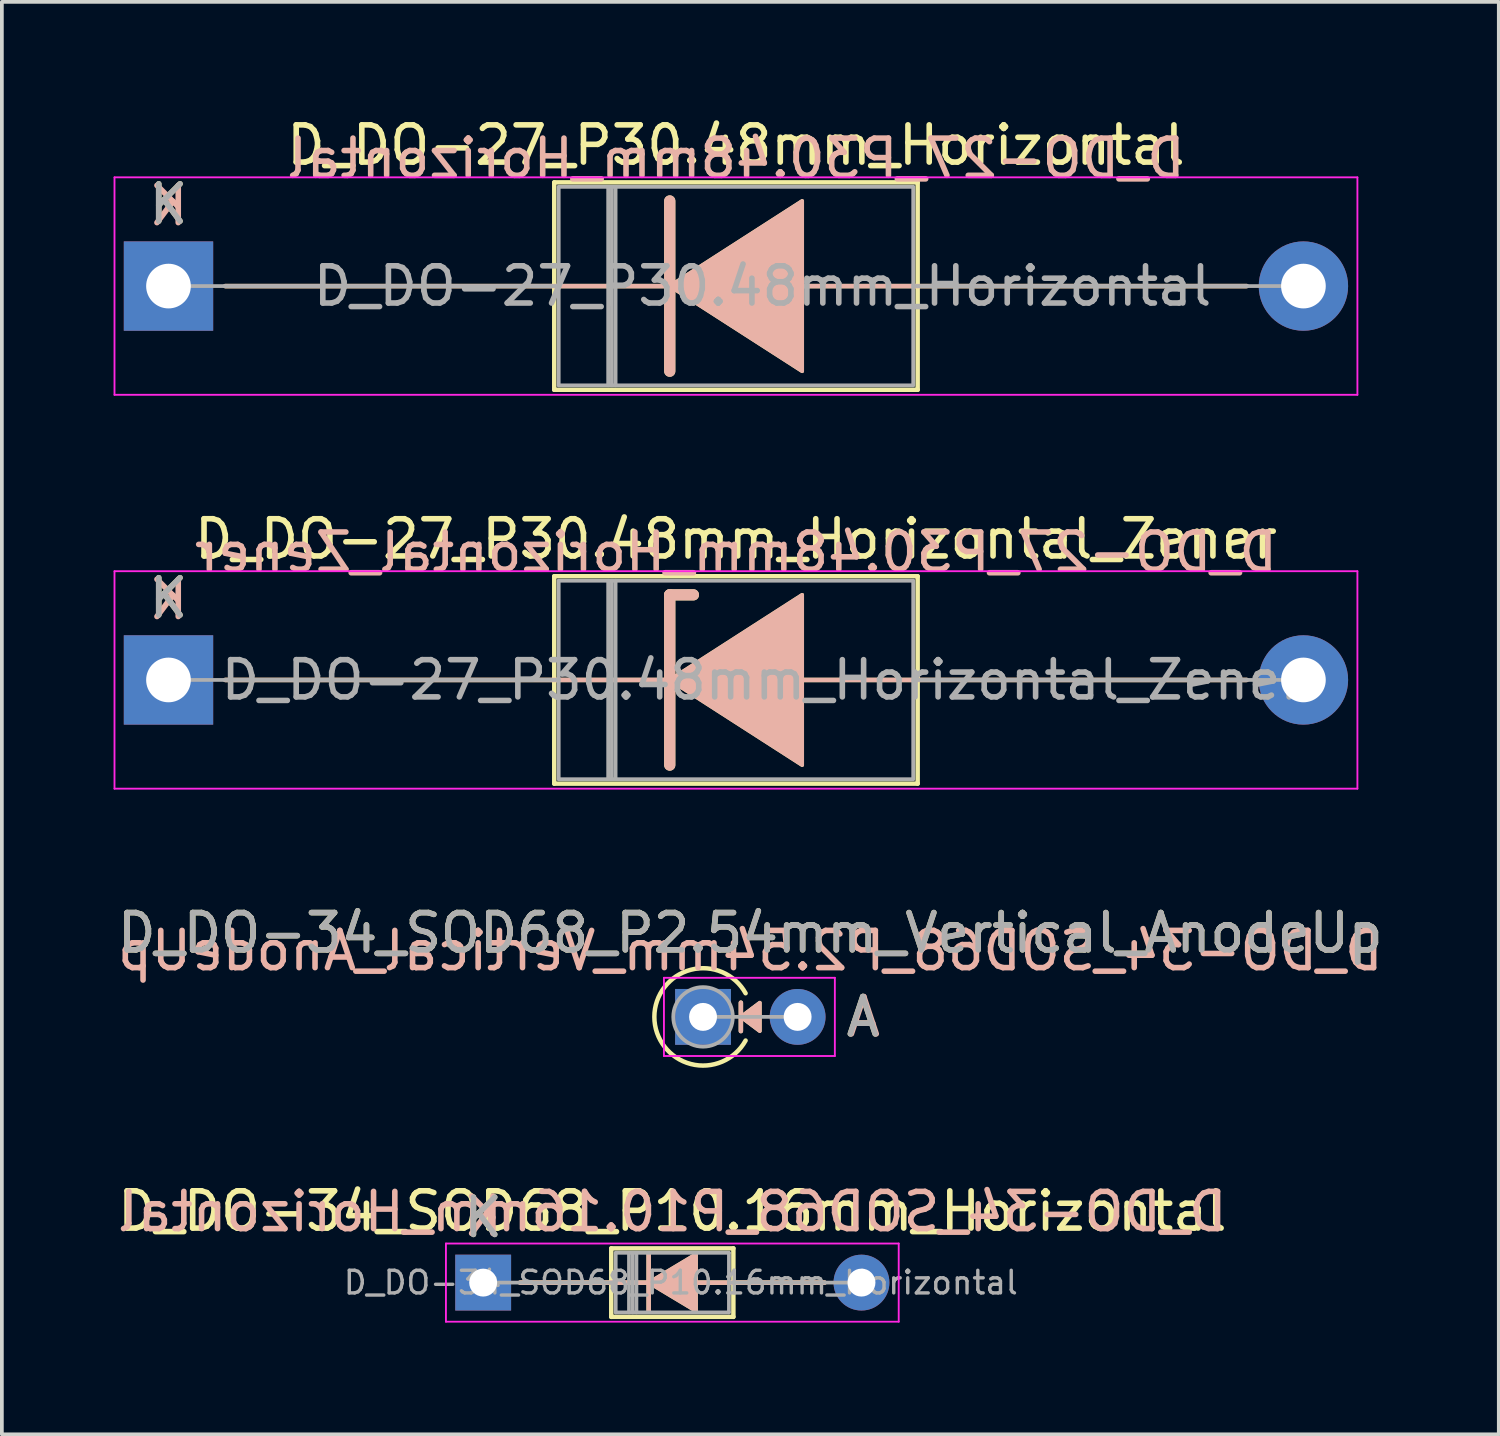
<source format=kicad_pcb>
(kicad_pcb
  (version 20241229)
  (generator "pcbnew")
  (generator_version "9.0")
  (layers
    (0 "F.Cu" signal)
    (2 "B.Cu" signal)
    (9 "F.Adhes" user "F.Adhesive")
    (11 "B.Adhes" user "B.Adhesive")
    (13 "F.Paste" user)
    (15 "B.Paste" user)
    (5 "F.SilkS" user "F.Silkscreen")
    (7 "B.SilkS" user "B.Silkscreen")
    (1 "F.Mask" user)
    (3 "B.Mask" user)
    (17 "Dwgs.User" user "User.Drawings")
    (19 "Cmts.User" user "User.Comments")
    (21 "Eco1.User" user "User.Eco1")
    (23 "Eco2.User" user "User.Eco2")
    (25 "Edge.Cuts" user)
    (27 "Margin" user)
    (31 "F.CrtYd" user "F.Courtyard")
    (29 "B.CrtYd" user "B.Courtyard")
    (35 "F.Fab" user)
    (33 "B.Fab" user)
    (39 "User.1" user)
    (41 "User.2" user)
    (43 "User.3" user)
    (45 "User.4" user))
  (footprint "D_DO-27_P30.48mm_Horizontal"
    (layer "F.Cu")
    (at 1.475 4.633)
    (property "Reference" "D_DO-27_P30.48mm_Horizontal" (at 15.24 -3.785 0) (layer "F.SilkS") (effects (font (size 1 1) (thickness 0.15))))
    (fp_line (start 1.524 0) (end 10.36 0) (stroke (width 0.12) (type solid)) (layer "F.SilkS"))
    (fp_line (start 10.36 -2.785) (end 10.36 2.785) (stroke (width 0.12) (type solid)) (layer "F.SilkS"))
    (fp_line (start 10.36 2.785) (end 20.12 2.785) (stroke (width 0.12) (type solid)) (layer "F.SilkS"))
    (fp_line (start 13.462 -2.286) (end 13.462 2.286) (stroke (width 0.3) (type solid)) (layer "F.SilkS"))
    (fp_line (start 13.462 0) (end 10.36 0) (stroke (width 0.12) (type solid)) (layer "F.SilkS"))
    (fp_line (start 16.891 0) (end 20.12 0) (stroke (width 0.12) (type solid)) (layer "F.SilkS"))
    (fp_line (start 20.12 -2.785) (end 10.36 -2.785) (stroke (width 0.12) (type solid)) (layer "F.SilkS"))
    (fp_line (start 20.12 2.785) (end 20.12 -2.785) (stroke (width 0.12) (type solid)) (layer "F.SilkS"))
    (fp_line (start 28.956 0) (end 20.12 0) (stroke (width 0.12) (type solid)) (layer "F.SilkS"))
    (fp_poly (pts (xy 17.018 2.286) (xy 13.462 0) (xy 17.018 -2.286)) (stroke (width 0.1) (type solid)) (fill yes) (layer "F.SilkS"))
    (fp_line (start 1.524 0) (end 10.36 0) (stroke (width 0.12) (type solid)) (layer "B.SilkS"))
    (fp_line (start 13.462 0) (end 10.36 0) (stroke (width 0.12) (type solid)) (layer "B.SilkS"))
    (fp_line (start 13.462 2.286) (end 13.462 -2.286) (stroke (width 0.3) (type solid)) (layer "B.SilkS"))
    (fp_line (start 16.891 0) (end 20.12 0) (stroke (width 0.12) (type solid)) (layer "B.SilkS"))
    (fp_line (start 28.956 0) (end 20.12 0) (stroke (width 0.12) (type solid)) (layer "B.SilkS"))
    (fp_poly (pts (xy 17.018 -2.286) (xy 13.462 0) (xy 17.018 2.286)) (stroke (width 0.1) (type solid)) (fill yes) (layer "B.SilkS"))
    (fp_line (start -1.45 -2.92) (end -1.45 2.92) (stroke (width 0.05) (type solid)) (layer "F.CrtYd"))
    (fp_line (start -1.45 2.92) (end 31.93 2.92) (stroke (width 0.05) (type solid)) (layer "F.CrtYd"))
    (fp_line (start 31.93 -2.92) (end -1.45 -2.92) (stroke (width 0.05) (type solid)) (layer "F.CrtYd"))
    (fp_line (start 31.93 2.92) (end 31.93 -2.92) (stroke (width 0.05) (type solid)) (layer "F.CrtYd"))
    (fp_line (start 0 0) (end 10.48 0) (stroke (width 0.1) (type solid)) (layer "F.Fab"))
    (fp_line (start 10.48 -2.665) (end 10.48 2.665) (stroke (width 0.1) (type solid)) (layer "F.Fab"))
    (fp_line (start 10.48 2.665) (end 20 2.665) (stroke (width 0.1) (type solid)) (layer "F.Fab"))
    (fp_line (start 11.808 -2.665) (end 11.808 2.665) (stroke (width 0.1) (type solid)) (layer "F.Fab"))
    (fp_line (start 11.908 -2.665) (end 11.908 2.665) (stroke (width 0.1) (type solid)) (layer "F.Fab"))
    (fp_line (start 12.008 -2.665) (end 12.008 2.665) (stroke (width 0.1) (type solid)) (layer "F.Fab"))
    (fp_line (start 20 -2.665) (end 10.48 -2.665) (stroke (width 0.1) (type solid)) (layer "F.Fab"))
    (fp_line (start 20 2.665) (end 20 -2.665) (stroke (width 0.1) (type solid)) (layer "F.Fab"))
    (fp_line (start 30.48 0) (end 20 0) (stroke (width 0.1) (type solid)) (layer "F.Fab"))
    (fp_text user "K" (at 0 -2.2 0) (layer "F.SilkS") (effects (font (size 1 1) (thickness 0.15))))
    (fp_text user "K" (at 0 -2.159 0) (layer "B.SilkS") (effects (font (size 1 1) (thickness 0.15)) (justify mirror)))
    (fp_text user "${REFERENCE}" (at 15.24 -3.429 0) (layer "B.SilkS") (effects (font (size 1 1) (thickness 0.15)) (justify mirror)))
    (fp_text user "${REFERENCE}" (at 15.954 0 0) (layer "F.Fab") (effects (font (size 1 1) (thickness 0.15))))
    (fp_text user "K" (at 0 -2.2 0) (layer "F.Fab") (effects (font (size 1 1) (thickness 0.15))))
    (pad "1" thru_hole rect (at 0 0) (size 2.4 2.4) (drill 1.2) (layers "*.Cu" "*.Mask"))
    (pad "2" thru_hole oval (at 30.48 0) (size 2.4 2.4) (drill 1.2) (layers "*.Cu" "*.Mask")))
  (footprint "D_DO-27_P30.48mm_Horizontal_Zener"
    (layer "F.Cu")
    (at 1.475 15.211)
    (property "Reference" "D_DO-27_P30.48mm_Horizontal_Zener" (at 15.24 -3.785 0) (layer "F.SilkS") (effects (font (size 1 1) (thickness 0.15))))
    (fp_line (start 1.524 0) (end 10.36 0) (stroke (width 0.12) (type solid)) (layer "F.SilkS"))
    (fp_line (start 10.36 -2.785) (end 10.36 2.785) (stroke (width 0.12) (type solid)) (layer "F.SilkS"))
    (fp_line (start 10.36 2.785) (end 20.12 2.785) (stroke (width 0.12) (type solid)) (layer "F.SilkS"))
    (fp_line (start 13.462 -2.286) (end 13.462 2.286) (stroke (width 0.3) (type solid)) (layer "F.SilkS"))
    (fp_line (start 13.462 -2.286) (end 14.097 -2.286) (stroke (width 0.3) (type solid)) (layer "F.SilkS"))
    (fp_line (start 13.462 0) (end 10.36 0) (stroke (width 0.12) (type solid)) (layer "F.SilkS"))
    (fp_line (start 16.891 0) (end 20.12 0) (stroke (width 0.12) (type solid)) (layer "F.SilkS"))
    (fp_line (start 20.12 -2.785) (end 10.36 -2.785) (stroke (width 0.12) (type solid)) (layer "F.SilkS"))
    (fp_line (start 20.12 2.785) (end 20.12 -2.785) (stroke (width 0.12) (type solid)) (layer "F.SilkS"))
    (fp_line (start 28.956 0) (end 20.12 0) (stroke (width 0.12) (type solid)) (layer "F.SilkS"))
    (fp_poly (pts (xy 17.018 2.286) (xy 13.462 0) (xy 17.018 -2.286)) (stroke (width 0.1) (type solid)) (fill yes) (layer "F.SilkS"))
    (fp_line (start 1.524 0) (end 10.36 0) (stroke (width 0.12) (type solid)) (layer "B.SilkS"))
    (fp_line (start 13.462 -2.286) (end 14.097 -2.286) (stroke (width 0.3) (type solid)) (layer "B.SilkS"))
    (fp_line (start 13.462 0) (end 10.36 0) (stroke (width 0.12) (type solid)) (layer "B.SilkS"))
    (fp_line (start 13.462 2.286) (end 13.462 -2.286) (stroke (width 0.3) (type solid)) (layer "B.SilkS"))
    (fp_line (start 16.891 0) (end 20.12 0) (stroke (width 0.12) (type solid)) (layer "B.SilkS"))
    (fp_line (start 28.956 0) (end 20.12 0) (stroke (width 0.12) (type solid)) (layer "B.SilkS"))
    (fp_poly (pts (xy 17.018 -2.286) (xy 13.462 0) (xy 17.018 2.286)) (stroke (width 0.1) (type solid)) (fill yes) (layer "B.SilkS"))
    (fp_line (start -1.45 -2.92) (end -1.45 2.92) (stroke (width 0.05) (type solid)) (layer "F.CrtYd"))
    (fp_line (start -1.45 2.92) (end 31.93 2.92) (stroke (width 0.05) (type solid)) (layer "F.CrtYd"))
    (fp_line (start 31.93 -2.92) (end -1.45 -2.92) (stroke (width 0.05) (type solid)) (layer "F.CrtYd"))
    (fp_line (start 31.93 2.92) (end 31.93 -2.92) (stroke (width 0.05) (type solid)) (layer "F.CrtYd"))
    (fp_line (start 0 0) (end 10.48 0) (stroke (width 0.1) (type solid)) (layer "F.Fab"))
    (fp_line (start 10.48 -2.665) (end 10.48 2.665) (stroke (width 0.1) (type solid)) (layer "F.Fab"))
    (fp_line (start 10.48 2.665) (end 20 2.665) (stroke (width 0.1) (type solid)) (layer "F.Fab"))
    (fp_line (start 11.808 -2.665) (end 11.808 2.665) (stroke (width 0.1) (type solid)) (layer "F.Fab"))
    (fp_line (start 11.908 -2.665) (end 11.908 2.665) (stroke (width 0.1) (type solid)) (layer "F.Fab"))
    (fp_line (start 12.008 -2.665) (end 12.008 2.665) (stroke (width 0.1) (type solid)) (layer "F.Fab"))
    (fp_line (start 20 -2.665) (end 10.48 -2.665) (stroke (width 0.1) (type solid)) (layer "F.Fab"))
    (fp_line (start 20 2.665) (end 20 -2.665) (stroke (width 0.1) (type solid)) (layer "F.Fab"))
    (fp_line (start 30.48 0) (end 20 0) (stroke (width 0.1) (type solid)) (layer "F.Fab"))
    (fp_text user "K" (at 0 -2.2 0) (layer "F.SilkS") (effects (font (size 1 1) (thickness 0.15))))
    (fp_text user "K" (at 0 -2.159 0) (layer "B.SilkS") (effects (font (size 1 1) (thickness 0.15)) (justify mirror)))
    (fp_text user "${REFERENCE}" (at 15.24 -3.429 0) (layer "B.SilkS") (effects (font (size 1 1) (thickness 0.15)) (justify mirror)))
    (fp_text user "${REFERENCE}" (at 15.954 0 0) (layer "F.Fab") (effects (font (size 1 1) (thickness 0.15))))
    (fp_text user "K" (at 0 -2.2 0) (layer "F.Fab") (effects (font (size 1 1) (thickness 0.15))))
    (pad "1" thru_hole rect (at 0 0) (size 2.4 2.4) (drill 1.2) (layers "*.Cu" "*.Mask"))
    (pad "2" thru_hole oval (at 30.48 0) (size 2.4 2.4) (drill 1.2) (layers "*.Cu" "*.Mask")))
  (footprint "D_DO-34_SOD68_P2.54mm_Vertical_AnodeUp"
    (layer "F.Cu")
    (at 15.831 24.26)
    (property "Reference" "D_DO-34_SOD68_P2.54mm_Vertical_AnodeUp" (at 1.27 -2.256 0) (layer "F.SilkS") (effects (font (size 1 1) (thickness 0.15))))
    (fp_line (start 1.016 -0.381) (end 1.016 0.381) (stroke (width 0.12) (type solid)) (layer "F.SilkS"))
    (fp_arc (start 1.142999 0.635) (mid -1.307544 0.000001) (end 1.142999 -0.634999) (stroke (width 0.12) (type solid)) (layer "F.SilkS"))
    (fp_poly (pts (xy 1.524 0.381) (xy 1.016 0) (xy 1.524 -0.381)) (stroke (width 0.1) (type solid)) (fill yes) (layer "F.SilkS"))
    (fp_line (start 1.016 0.381) (end 1.016 -0.381) (stroke (width 0.12) (type solid)) (layer "B.SilkS"))
    (fp_poly (pts (xy 1.524 -0.381) (xy 1.016 0) (xy 1.524 0.381)) (stroke (width 0.1) (type solid)) (fill yes) (layer "B.SilkS"))
    (fp_line (start -1.05 -1.05) (end -1.05 1.05) (stroke (width 0.05) (type solid)) (layer "F.CrtYd"))
    (fp_line (start -1.05 1.05) (end 3.54 1.05) (stroke (width 0.05) (type solid)) (layer "F.CrtYd"))
    (fp_line (start 3.54 -1.05) (end -1.05 -1.05) (stroke (width 0.05) (type solid)) (layer "F.CrtYd"))
    (fp_line (start 3.54 1.05) (end 3.54 -1.05) (stroke (width 0.05) (type solid)) (layer "F.CrtYd"))
    (fp_line (start 0 0) (end 2.54 0) (stroke (width 0.1) (type solid)) (layer "F.Fab"))
    (fp_circle (center 0 0) (end 0.8 0) (stroke (width 0.1) (type solid)) (fill no) (layer "F.Fab"))
    (fp_text user "A" (at 4.29 0 0) (layer "F.SilkS") (effects (font (size 1 1) (thickness 0.15))))
    (fp_text user "${REFERENCE}" (at 1.27 -1.778 0) (layer "B.SilkS") (effects (font (size 1 1) (thickness 0.15)) (justify mirror)))
    (fp_text user "A" (at 4.318 0 0) (layer "B.SilkS") (effects (font (size 1 1) (thickness 0.15)) (justify mirror)))
    (fp_text user "A" (at 4.29 0 0) (layer "F.Fab") (effects (font (size 1 1) (thickness 0.15))))
    (fp_text user "${REFERENCE}" (at 1.27 -2.256 0) (layer "F.Fab") (effects (font (size 1 1) (thickness 0.15))))
    (pad "1" thru_hole rect (at 0 0) (size 1.5 1.5) (drill 0.75) (layers "*.Cu" "*.Mask"))
    (pad "2" thru_hole oval (at 2.54 0) (size 1.5 1.5) (drill 0.75) (layers "*.Cu" "*.Mask")))
  (footprint "D_DO-34_SOD68_P10.16mm_Horizontal"
    (layer "F.Cu")
    (at 9.926 31.396)
    (property "Reference" "D_DO-34_SOD68_P10.16mm_Horizontal" (at 5.08 -1.92 0) (layer "F.SilkS") (effects (font (size 1 1) (thickness 0.15))))
    (fp_line (start 0.99 0) (end 3.44 0) (stroke (width 0.12) (type solid)) (layer "F.SilkS"))
    (fp_line (start 3.44 -0.92) (end 3.44 0.92) (stroke (width 0.12) (type solid)) (layer "F.SilkS"))
    (fp_line (start 3.44 0.92) (end 6.72 0.92) (stroke (width 0.12) (type solid)) (layer "F.SilkS"))
    (fp_line (start 4.445 -0.762) (end 4.445 0.762) (stroke (width 0.12) (type solid)) (layer "F.SilkS"))
    (fp_line (start 4.5 0) (end 3.44 0) (stroke (width 0.12) (type solid)) (layer "F.SilkS"))
    (fp_line (start 5.715 0) (end 6.72 0) (stroke (width 0.12) (type solid)) (layer "F.SilkS"))
    (fp_line (start 6.72 -0.92) (end 3.44 -0.92) (stroke (width 0.12) (type solid)) (layer "F.SilkS"))
    (fp_line (start 6.72 0.92) (end 6.72 -0.92) (stroke (width 0.12) (type solid)) (layer "F.SilkS"))
    (fp_line (start 9.17 0) (end 6.72 0) (stroke (width 0.12) (type solid)) (layer "F.SilkS"))
    (fp_poly (pts (xy 5.715 0.762) (xy 4.445 0) (xy 5.715 -0.762)) (stroke (width 0.1) (type solid)) (fill yes) (layer "F.SilkS"))
    (fp_line (start 0.99 0) (end 3.44 0) (stroke (width 0.12) (type solid)) (layer "B.SilkS"))
    (fp_line (start 4.445 0.762) (end 4.445 -0.762) (stroke (width 0.12) (type solid)) (layer "B.SilkS"))
    (fp_line (start 4.5 0) (end 3.44 0) (stroke (width 0.12) (type solid)) (layer "B.SilkS"))
    (fp_line (start 5.715 0) (end 6.72 0) (stroke (width 0.12) (type solid)) (layer "B.SilkS"))
    (fp_line (start 9.17 0) (end 6.72 0) (stroke (width 0.12) (type solid)) (layer "B.SilkS"))
    (fp_poly (pts (xy 5.715 -0.762) (xy 4.445 0) (xy 5.715 0.762)) (stroke (width 0.1) (type solid)) (fill yes) (layer "B.SilkS"))
    (fp_line (start -1 -1.05) (end -1 1.05) (stroke (width 0.05) (type solid)) (layer "F.CrtYd"))
    (fp_line (start -1 1.05) (end 11.16 1.05) (stroke (width 0.05) (type solid)) (layer "F.CrtYd"))
    (fp_line (start 11.16 -1.05) (end -1 -1.05) (stroke (width 0.05) (type solid)) (layer "F.CrtYd"))
    (fp_line (start 11.16 1.05) (end 11.16 -1.05) (stroke (width 0.05) (type solid)) (layer "F.CrtYd"))
    (fp_line (start 0 0) (end 3.56 0) (stroke (width 0.1) (type solid)) (layer "F.Fab"))
    (fp_line (start 3.56 -0.8) (end 3.56 0.8) (stroke (width 0.1) (type solid)) (layer "F.Fab"))
    (fp_line (start 3.56 0.8) (end 6.6 0.8) (stroke (width 0.1) (type solid)) (layer "F.Fab"))
    (fp_line (start 3.916 -0.8) (end 3.916 0.8) (stroke (width 0.1) (type solid)) (layer "F.Fab"))
    (fp_line (start 4.016 -0.8) (end 4.016 0.8) (stroke (width 0.1) (type solid)) (layer "F.Fab"))
    (fp_line (start 4.116 -0.8) (end 4.116 0.8) (stroke (width 0.1) (type solid)) (layer "F.Fab"))
    (fp_line (start 6.6 -0.8) (end 3.56 -0.8) (stroke (width 0.1) (type solid)) (layer "F.Fab"))
    (fp_line (start 6.6 0.8) (end 6.6 -0.8) (stroke (width 0.1) (type solid)) (layer "F.Fab"))
    (fp_line (start 10.16 0) (end 6.6 0) (stroke (width 0.1) (type solid)) (layer "F.Fab"))
    (fp_text user "K" (at 0 -1.75 0) (layer "F.SilkS") (effects (font (size 1 1) (thickness 0.15))))
    (fp_text user "K" (at 0 -1.778 0) (layer "B.SilkS") (effects (font (size 1 1) (thickness 0.15)) (justify mirror)))
    (fp_text user "${REFERENCE}" (at 5.08 -1.905 0) (layer "B.SilkS") (effects (font (size 1 1) (thickness 0.15)) (justify mirror)))
    (fp_text user "${REFERENCE}" (at 5.308 0 0) (layer "F.Fab") (effects (font (size 0.608 0.608) (thickness 0.091))))
    (fp_text user "K" (at 0 -1.75 0) (layer "F.Fab") (effects (font (size 1 1) (thickness 0.15))))
    (pad "1" thru_hole rect (at 0 0) (size 1.5 1.5) (drill 0.75) (layers "*.Cu" "*.Mask"))
    (pad "2" thru_hole oval (at 10.16 0) (size 1.5 1.5) (drill 0.75) (layers "*.Cu" "*.Mask")))
  (gr_rect
    (start -3 -3)
    (end 37.202 35.471)
    (stroke (width 0.1) (type default))
    (fill no)
    (layer "Edge.Cuts")))
</source>
